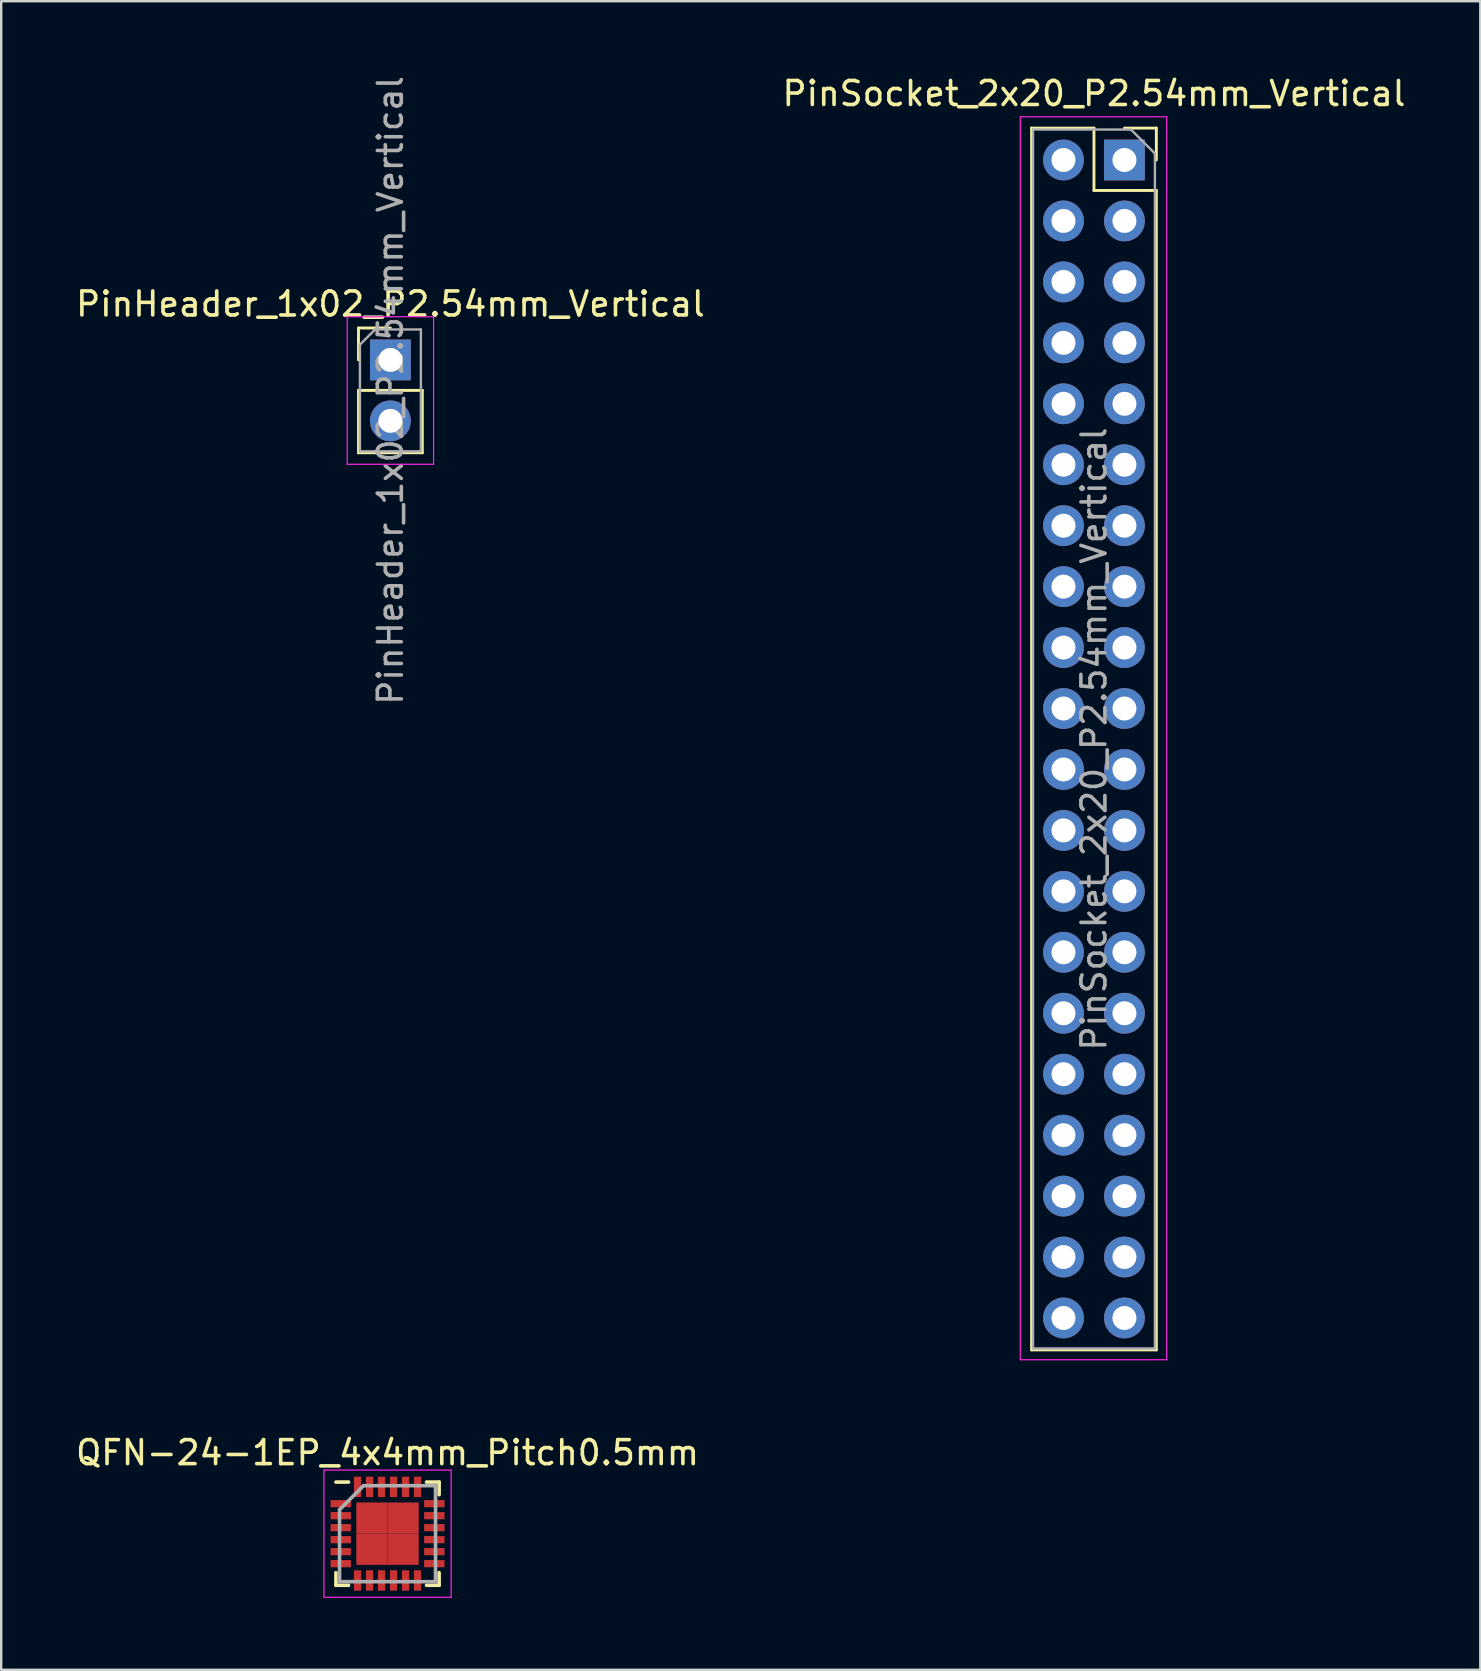
<source format=kicad_pcb>
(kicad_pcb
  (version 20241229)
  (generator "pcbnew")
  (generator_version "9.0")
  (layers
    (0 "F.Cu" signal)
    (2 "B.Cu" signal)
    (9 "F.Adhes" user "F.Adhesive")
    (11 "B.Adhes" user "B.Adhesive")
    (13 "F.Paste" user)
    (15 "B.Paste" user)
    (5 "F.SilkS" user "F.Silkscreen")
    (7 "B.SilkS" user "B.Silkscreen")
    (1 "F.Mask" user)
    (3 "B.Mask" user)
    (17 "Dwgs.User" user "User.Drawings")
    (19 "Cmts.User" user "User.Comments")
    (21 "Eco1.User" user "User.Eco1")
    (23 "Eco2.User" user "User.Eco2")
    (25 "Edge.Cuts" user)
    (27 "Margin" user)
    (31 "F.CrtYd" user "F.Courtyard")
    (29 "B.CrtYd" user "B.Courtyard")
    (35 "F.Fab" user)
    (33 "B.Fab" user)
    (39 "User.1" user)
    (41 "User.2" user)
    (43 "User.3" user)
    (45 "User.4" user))
  (footprint "PinSocket_2x20_P2.54mm_Vertical"
    (layer "F.Cu")
    (at 43.812 3.618)
    (property "Reference" "PinSocket_2x20_P2.54mm_Vertical" (at -1.27 -2.77 0) (layer "F.SilkS") (effects (font (size 1 1) (thickness 0.15))))
    (attr through_hole)
    (fp_line (start -3.87 -1.33) (end -3.87 49.59) (stroke (width 0.12) (type solid)) (layer "F.SilkS"))
    (fp_line (start -3.87 -1.33) (end -1.27 -1.33) (stroke (width 0.12) (type solid)) (layer "F.SilkS"))
    (fp_line (start -3.87 49.59) (end 1.33 49.59) (stroke (width 0.12) (type solid)) (layer "F.SilkS"))
    (fp_line (start -1.27 -1.33) (end -1.27 1.27) (stroke (width 0.12) (type solid)) (layer "F.SilkS"))
    (fp_line (start -1.27 1.27) (end 1.33 1.27) (stroke (width 0.12) (type solid)) (layer "F.SilkS"))
    (fp_line (start 0 -1.33) (end 1.33 -1.33) (stroke (width 0.12) (type solid)) (layer "F.SilkS"))
    (fp_line (start 1.33 -1.33) (end 1.33 0) (stroke (width 0.12) (type solid)) (layer "F.SilkS"))
    (fp_line (start 1.33 1.27) (end 1.33 49.59) (stroke (width 0.12) (type solid)) (layer "F.SilkS"))
    (fp_line (start -4.34 -1.8) (end 1.76 -1.8) (stroke (width 0.05) (type solid)) (layer "F.CrtYd"))
    (fp_line (start -4.34 50) (end -4.34 -1.8) (stroke (width 0.05) (type solid)) (layer "F.CrtYd"))
    (fp_line (start 1.76 -1.8) (end 1.76 50) (stroke (width 0.05) (type solid)) (layer "F.CrtYd"))
    (fp_line (start 1.76 50) (end -4.34 50) (stroke (width 0.05) (type solid)) (layer "F.CrtYd"))
    (fp_line (start -3.81 -1.27) (end 0.27 -1.27) (stroke (width 0.1) (type solid)) (layer "F.Fab"))
    (fp_line (start -3.81 49.53) (end -3.81 -1.27) (stroke (width 0.1) (type solid)) (layer "F.Fab"))
    (fp_line (start 0.27 -1.27) (end 1.27 -0.27) (stroke (width 0.1) (type solid)) (layer "F.Fab"))
    (fp_line (start 1.27 -0.27) (end 1.27 49.53) (stroke (width 0.1) (type solid)) (layer "F.Fab"))
    (fp_line (start 1.27 49.53) (end -3.81 49.53) (stroke (width 0.1) (type solid)) (layer "F.Fab"))
    (fp_text user "${REFERENCE}" (at -1.27 24.13 90) (layer "F.Fab") (effects (font (size 1 1) (thickness 0.15))))
    (pad "1" thru_hole rect (at 0 0) (size 1.7 1.7) (drill 1) (layers "*.Cu" "*.Mask"))
    (pad "2" thru_hole oval (at -2.54 0) (size 1.7 1.7) (drill 1) (layers "*.Cu" "*.Mask"))
    (pad "3" thru_hole oval (at 0 2.54) (size 1.7 1.7) (drill 1) (layers "*.Cu" "*.Mask"))
    (pad "4" thru_hole oval (at -2.54 2.54) (size 1.7 1.7) (drill 1) (layers "*.Cu" "*.Mask"))
    (pad "5" thru_hole oval (at 0 5.08) (size 1.7 1.7) (drill 1) (layers "*.Cu" "*.Mask"))
    (pad "6" thru_hole oval (at -2.54 5.08) (size 1.7 1.7) (drill 1) (layers "*.Cu" "*.Mask"))
    (pad "7" thru_hole oval (at 0 7.62) (size 1.7 1.7) (drill 1) (layers "*.Cu" "*.Mask"))
    (pad "8" thru_hole oval (at -2.54 7.62) (size 1.7 1.7) (drill 1) (layers "*.Cu" "*.Mask"))
    (pad "9" thru_hole oval (at 0 10.16) (size 1.7 1.7) (drill 1) (layers "*.Cu" "*.Mask"))
    (pad "10" thru_hole oval (at -2.54 10.16) (size 1.7 1.7) (drill 1) (layers "*.Cu" "*.Mask"))
    (pad "11" thru_hole oval (at 0 12.7) (size 1.7 1.7) (drill 1) (layers "*.Cu" "*.Mask"))
    (pad "12" thru_hole oval (at -2.54 12.7) (size 1.7 1.7) (drill 1) (layers "*.Cu" "*.Mask"))
    (pad "13" thru_hole oval (at 0 15.24) (size 1.7 1.7) (drill 1) (layers "*.Cu" "*.Mask"))
    (pad "14" thru_hole oval (at -2.54 15.24) (size 1.7 1.7) (drill 1) (layers "*.Cu" "*.Mask"))
    (pad "15" thru_hole oval (at 0 17.78) (size 1.7 1.7) (drill 1) (layers "*.Cu" "*.Mask"))
    (pad "16" thru_hole oval (at -2.54 17.78) (size 1.7 1.7) (drill 1) (layers "*.Cu" "*.Mask"))
    (pad "17" thru_hole oval (at 0 20.32) (size 1.7 1.7) (drill 1) (layers "*.Cu" "*.Mask"))
    (pad "18" thru_hole oval (at -2.54 20.32) (size 1.7 1.7) (drill 1) (layers "*.Cu" "*.Mask"))
    (pad "19" thru_hole oval (at 0 22.86) (size 1.7 1.7) (drill 1) (layers "*.Cu" "*.Mask"))
    (pad "20" thru_hole oval (at -2.54 22.86) (size 1.7 1.7) (drill 1) (layers "*.Cu" "*.Mask"))
    (pad "21" thru_hole oval (at 0 25.4) (size 1.7 1.7) (drill 1) (layers "*.Cu" "*.Mask"))
    (pad "22" thru_hole oval (at -2.54 25.4) (size 1.7 1.7) (drill 1) (layers "*.Cu" "*.Mask"))
    (pad "23" thru_hole oval (at 0 27.94) (size 1.7 1.7) (drill 1) (layers "*.Cu" "*.Mask"))
    (pad "24" thru_hole oval (at -2.54 27.94) (size 1.7 1.7) (drill 1) (layers "*.Cu" "*.Mask"))
    (pad "25" thru_hole oval (at 0 30.48) (size 1.7 1.7) (drill 1) (layers "*.Cu" "*.Mask"))
    (pad "26" thru_hole oval (at -2.54 30.48) (size 1.7 1.7) (drill 1) (layers "*.Cu" "*.Mask"))
    (pad "27" thru_hole oval (at 0 33.02) (size 1.7 1.7) (drill 1) (layers "*.Cu" "*.Mask"))
    (pad "28" thru_hole oval (at -2.54 33.02) (size 1.7 1.7) (drill 1) (layers "*.Cu" "*.Mask"))
    (pad "29" thru_hole oval (at 0 35.56) (size 1.7 1.7) (drill 1) (layers "*.Cu" "*.Mask"))
    (pad "30" thru_hole oval (at -2.54 35.56) (size 1.7 1.7) (drill 1) (layers "*.Cu" "*.Mask"))
    (pad "31" thru_hole oval (at 0 38.1) (size 1.7 1.7) (drill 1) (layers "*.Cu" "*.Mask"))
    (pad "32" thru_hole oval (at -2.54 38.1) (size 1.7 1.7) (drill 1) (layers "*.Cu" "*.Mask"))
    (pad "33" thru_hole oval (at 0 40.64) (size 1.7 1.7) (drill 1) (layers "*.Cu" "*.Mask"))
    (pad "34" thru_hole oval (at -2.54 40.64) (size 1.7 1.7) (drill 1) (layers "*.Cu" "*.Mask"))
    (pad "35" thru_hole oval (at 0 43.18) (size 1.7 1.7) (drill 1) (layers "*.Cu" "*.Mask"))
    (pad "36" thru_hole oval (at -2.54 43.18) (size 1.7 1.7) (drill 1) (layers "*.Cu" "*.Mask"))
    (pad "37" thru_hole oval (at 0 45.72) (size 1.7 1.7) (drill 1) (layers "*.Cu" "*.Mask"))
    (pad "38" thru_hole oval (at -2.54 45.72) (size 1.7 1.7) (drill 1) (layers "*.Cu" "*.Mask"))
    (pad "39" thru_hole oval (at 0 48.26) (size 1.7 1.7) (drill 1) (layers "*.Cu" "*.Mask"))
    (pad "40" thru_hole oval (at -2.54 48.26) (size 1.7 1.7) (drill 1) (layers "*.Cu" "*.Mask")))
  (footprint "PinHeader_1x02_P2.54mm_Vertical"
    (layer "F.Cu")
    (at 13.22 11.95)
    (property "Reference" "PinHeader_1x02_P2.54mm_Vertical" (at 0 -2.33 0) (layer "F.SilkS") (effects (font (size 1 1) (thickness 0.15))))
    (attr through_hole)
    (fp_line (start -1.33 -1.33) (end 0 -1.33) (stroke (width 0.12) (type solid)) (layer "F.SilkS"))
    (fp_line (start -1.33 0) (end -1.33 -1.33) (stroke (width 0.12) (type solid)) (layer "F.SilkS"))
    (fp_line (start -1.33 1.27) (end -1.33 3.87) (stroke (width 0.12) (type solid)) (layer "F.SilkS"))
    (fp_line (start -1.33 1.27) (end 1.33 1.27) (stroke (width 0.12) (type solid)) (layer "F.SilkS"))
    (fp_line (start -1.33 3.87) (end 1.33 3.87) (stroke (width 0.12) (type solid)) (layer "F.SilkS"))
    (fp_line (start 1.33 1.27) (end 1.33 3.87) (stroke (width 0.12) (type solid)) (layer "F.SilkS"))
    (fp_line (start -1.8 -1.8) (end -1.8 4.35) (stroke (width 0.05) (type solid)) (layer "F.CrtYd"))
    (fp_line (start -1.8 4.35) (end 1.8 4.35) (stroke (width 0.05) (type solid)) (layer "F.CrtYd"))
    (fp_line (start 1.8 -1.8) (end -1.8 -1.8) (stroke (width 0.05) (type solid)) (layer "F.CrtYd"))
    (fp_line (start 1.8 4.35) (end 1.8 -1.8) (stroke (width 0.05) (type solid)) (layer "F.CrtYd"))
    (fp_line (start -1.27 -0.635) (end -0.635 -1.27) (stroke (width 0.1) (type solid)) (layer "F.Fab"))
    (fp_line (start -1.27 3.81) (end -1.27 -0.635) (stroke (width 0.1) (type solid)) (layer "F.Fab"))
    (fp_line (start -0.635 -1.27) (end 1.27 -1.27) (stroke (width 0.1) (type solid)) (layer "F.Fab"))
    (fp_line (start 1.27 -1.27) (end 1.27 3.81) (stroke (width 0.1) (type solid)) (layer "F.Fab"))
    (fp_line (start 1.27 3.81) (end -1.27 3.81) (stroke (width 0.1) (type solid)) (layer "F.Fab"))
    (fp_text user "${REFERENCE}" (at 0 1.27 90) (layer "F.Fab") (effects (font (size 1 1) (thickness 0.15))))
    (pad "1" thru_hole rect (at 0 0) (size 1.7 1.7) (drill 1) (layers "*.Cu" "*.Mask"))
    (pad "2" thru_hole oval (at 0 2.54) (size 1.7 1.7) (drill 1) (layers "*.Cu" "*.Mask")))
  (footprint "QFN-24-1EP_4x4mm_Pitch0.5mm"
    (layer "F.Cu")
    (at 13.101 60.867)
    (property "Reference" "QFN-24-1EP_4x4mm_Pitch0.5mm" (at 0 -3.375 0) (layer "F.SilkS") (effects (font (size 1 1) (thickness 0.15))))
    (attr smd)
    (fp_line (start -2.15 -2.15) (end -1.625 -2.15) (stroke (width 0.15) (type solid)) (layer "F.SilkS"))
    (fp_line (start -2.15 2.15) (end -2.15 1.625) (stroke (width 0.15) (type solid)) (layer "F.SilkS"))
    (fp_line (start -2.15 2.15) (end -1.625 2.15) (stroke (width 0.15) (type solid)) (layer "F.SilkS"))
    (fp_line (start 2.15 -2.15) (end 1.625 -2.15) (stroke (width 0.15) (type solid)) (layer "F.SilkS"))
    (fp_line (start 2.15 -2.15) (end 2.15 -1.625) (stroke (width 0.15) (type solid)) (layer "F.SilkS"))
    (fp_line (start 2.15 2.15) (end 1.625 2.15) (stroke (width 0.15) (type solid)) (layer "F.SilkS"))
    (fp_line (start 2.15 2.15) (end 2.15 1.625) (stroke (width 0.15) (type solid)) (layer "F.SilkS"))
    (fp_line (start -2.65 -2.65) (end -2.65 2.65) (stroke (width 0.05) (type solid)) (layer "F.CrtYd"))
    (fp_line (start -2.65 -2.65) (end 2.65 -2.65) (stroke (width 0.05) (type solid)) (layer "F.CrtYd"))
    (fp_line (start -2.65 2.65) (end 2.65 2.65) (stroke (width 0.05) (type solid)) (layer "F.CrtYd"))
    (fp_line (start 2.65 -2.65) (end 2.65 2.65) (stroke (width 0.05) (type solid)) (layer "F.CrtYd"))
    (fp_line (start -2 -1) (end -1 -2) (stroke (width 0.15) (type solid)) (layer "F.Fab"))
    (fp_line (start -2 2) (end -2 -1) (stroke (width 0.15) (type solid)) (layer "F.Fab"))
    (fp_line (start -1 -2) (end 2 -2) (stroke (width 0.15) (type solid)) (layer "F.Fab"))
    (fp_line (start 2 -2) (end 2 2) (stroke (width 0.15) (type solid)) (layer "F.Fab"))
    (fp_line (start 2 2) (end -2 2) (stroke (width 0.15) (type solid)) (layer "F.Fab"))
    (pad "1" smd rect (at -1.95 -1.25) (size 0.85 0.3) (layers "F.Cu" "F.Mask" "F.Paste"))
    (pad "2" smd rect (at -1.95 -0.75) (size 0.85 0.3) (layers "F.Cu" "F.Mask" "F.Paste"))
    (pad "3" smd rect (at -1.95 -0.25) (size 0.85 0.3) (layers "F.Cu" "F.Mask" "F.Paste"))
    (pad "4" smd rect (at -1.95 0.25) (size 0.85 0.3) (layers "F.Cu" "F.Mask" "F.Paste"))
    (pad "5" smd rect (at -1.95 0.75) (size 0.85 0.3) (layers "F.Cu" "F.Mask" "F.Paste"))
    (pad "6" smd rect (at -1.95 1.25) (size 0.85 0.3) (layers "F.Cu" "F.Mask" "F.Paste"))
    (pad "7" smd rect (at -1.25 1.95 90) (size 0.85 0.3) (layers "F.Cu" "F.Mask" "F.Paste"))
    (pad "8" smd rect (at -0.75 1.95 90) (size 0.85 0.3) (layers "F.Cu" "F.Mask" "F.Paste"))
    (pad "9" smd rect (at -0.25 1.95 90) (size 0.85 0.3) (layers "F.Cu" "F.Mask" "F.Paste"))
    (pad "10" smd rect (at 0.25 1.95 90) (size 0.85 0.3) (layers "F.Cu" "F.Mask" "F.Paste"))
    (pad "11" smd rect (at 0.75 1.95 90) (size 0.85 0.3) (layers "F.Cu" "F.Mask" "F.Paste"))
    (pad "12" smd rect (at 1.25 1.95 90) (size 0.85 0.3) (layers "F.Cu" "F.Mask" "F.Paste"))
    (pad "13" smd rect (at 1.95 1.25) (size 0.85 0.3) (layers "F.Cu" "F.Mask" "F.Paste"))
    (pad "14" smd rect (at 1.95 0.75) (size 0.85 0.3) (layers "F.Cu" "F.Mask" "F.Paste"))
    (pad "15" smd rect (at 1.95 0.25) (size 0.85 0.3) (layers "F.Cu" "F.Mask" "F.Paste"))
    (pad "16" smd rect (at 1.95 -0.25) (size 0.85 0.3) (layers "F.Cu" "F.Mask" "F.Paste"))
    (pad "17" smd rect (at 1.95 -0.75) (size 0.85 0.3) (layers "F.Cu" "F.Mask" "F.Paste"))
    (pad "18" smd rect (at 1.95 -1.25) (size 0.85 0.3) (layers "F.Cu" "F.Mask" "F.Paste"))
    (pad "19" smd rect (at 1.25 -1.95 90) (size 0.85 0.3) (layers "F.Cu" "F.Mask" "F.Paste"))
    (pad "20" smd rect (at 0.75 -1.95 90) (size 0.85 0.3) (layers "F.Cu" "F.Mask" "F.Paste"))
    (pad "21" smd rect (at 0.25 -1.95 90) (size 0.85 0.3) (layers "F.Cu" "F.Mask" "F.Paste"))
    (pad "22" smd rect (at -0.25 -1.95 90) (size 0.85 0.3) (layers "F.Cu" "F.Mask" "F.Paste"))
    (pad "23" smd rect (at -0.75 -1.95 90) (size 0.85 0.3) (layers "F.Cu" "F.Mask" "F.Paste"))
    (pad "24" smd rect (at -1.25 -1.95 90) (size 0.85 0.3) (layers "F.Cu" "F.Mask" "F.Paste"))
    (pad "25" smd rect (at -0.65 -0.65) (size 1.3 1.3) (layers "F.Cu" "F.Mask" "F.Paste"))
    (pad "25" smd rect (at -0.65 0.65) (size 1.3 1.3) (layers "F.Cu" "F.Mask" "F.Paste"))
    (pad "25" smd rect (at 0.65 -0.65) (size 1.3 1.3) (layers "F.Cu" "F.Mask" "F.Paste"))
    (pad "25" smd rect (at 0.65 0.65) (size 1.3 1.3) (layers "F.Cu" "F.Mask" "F.Paste")))
  (gr_rect
    (start -3 -3)
    (end 58.643 66.541)
    (stroke (width 0.1) (type default))
    (fill no)
    (layer "Edge.Cuts")))
</source>
